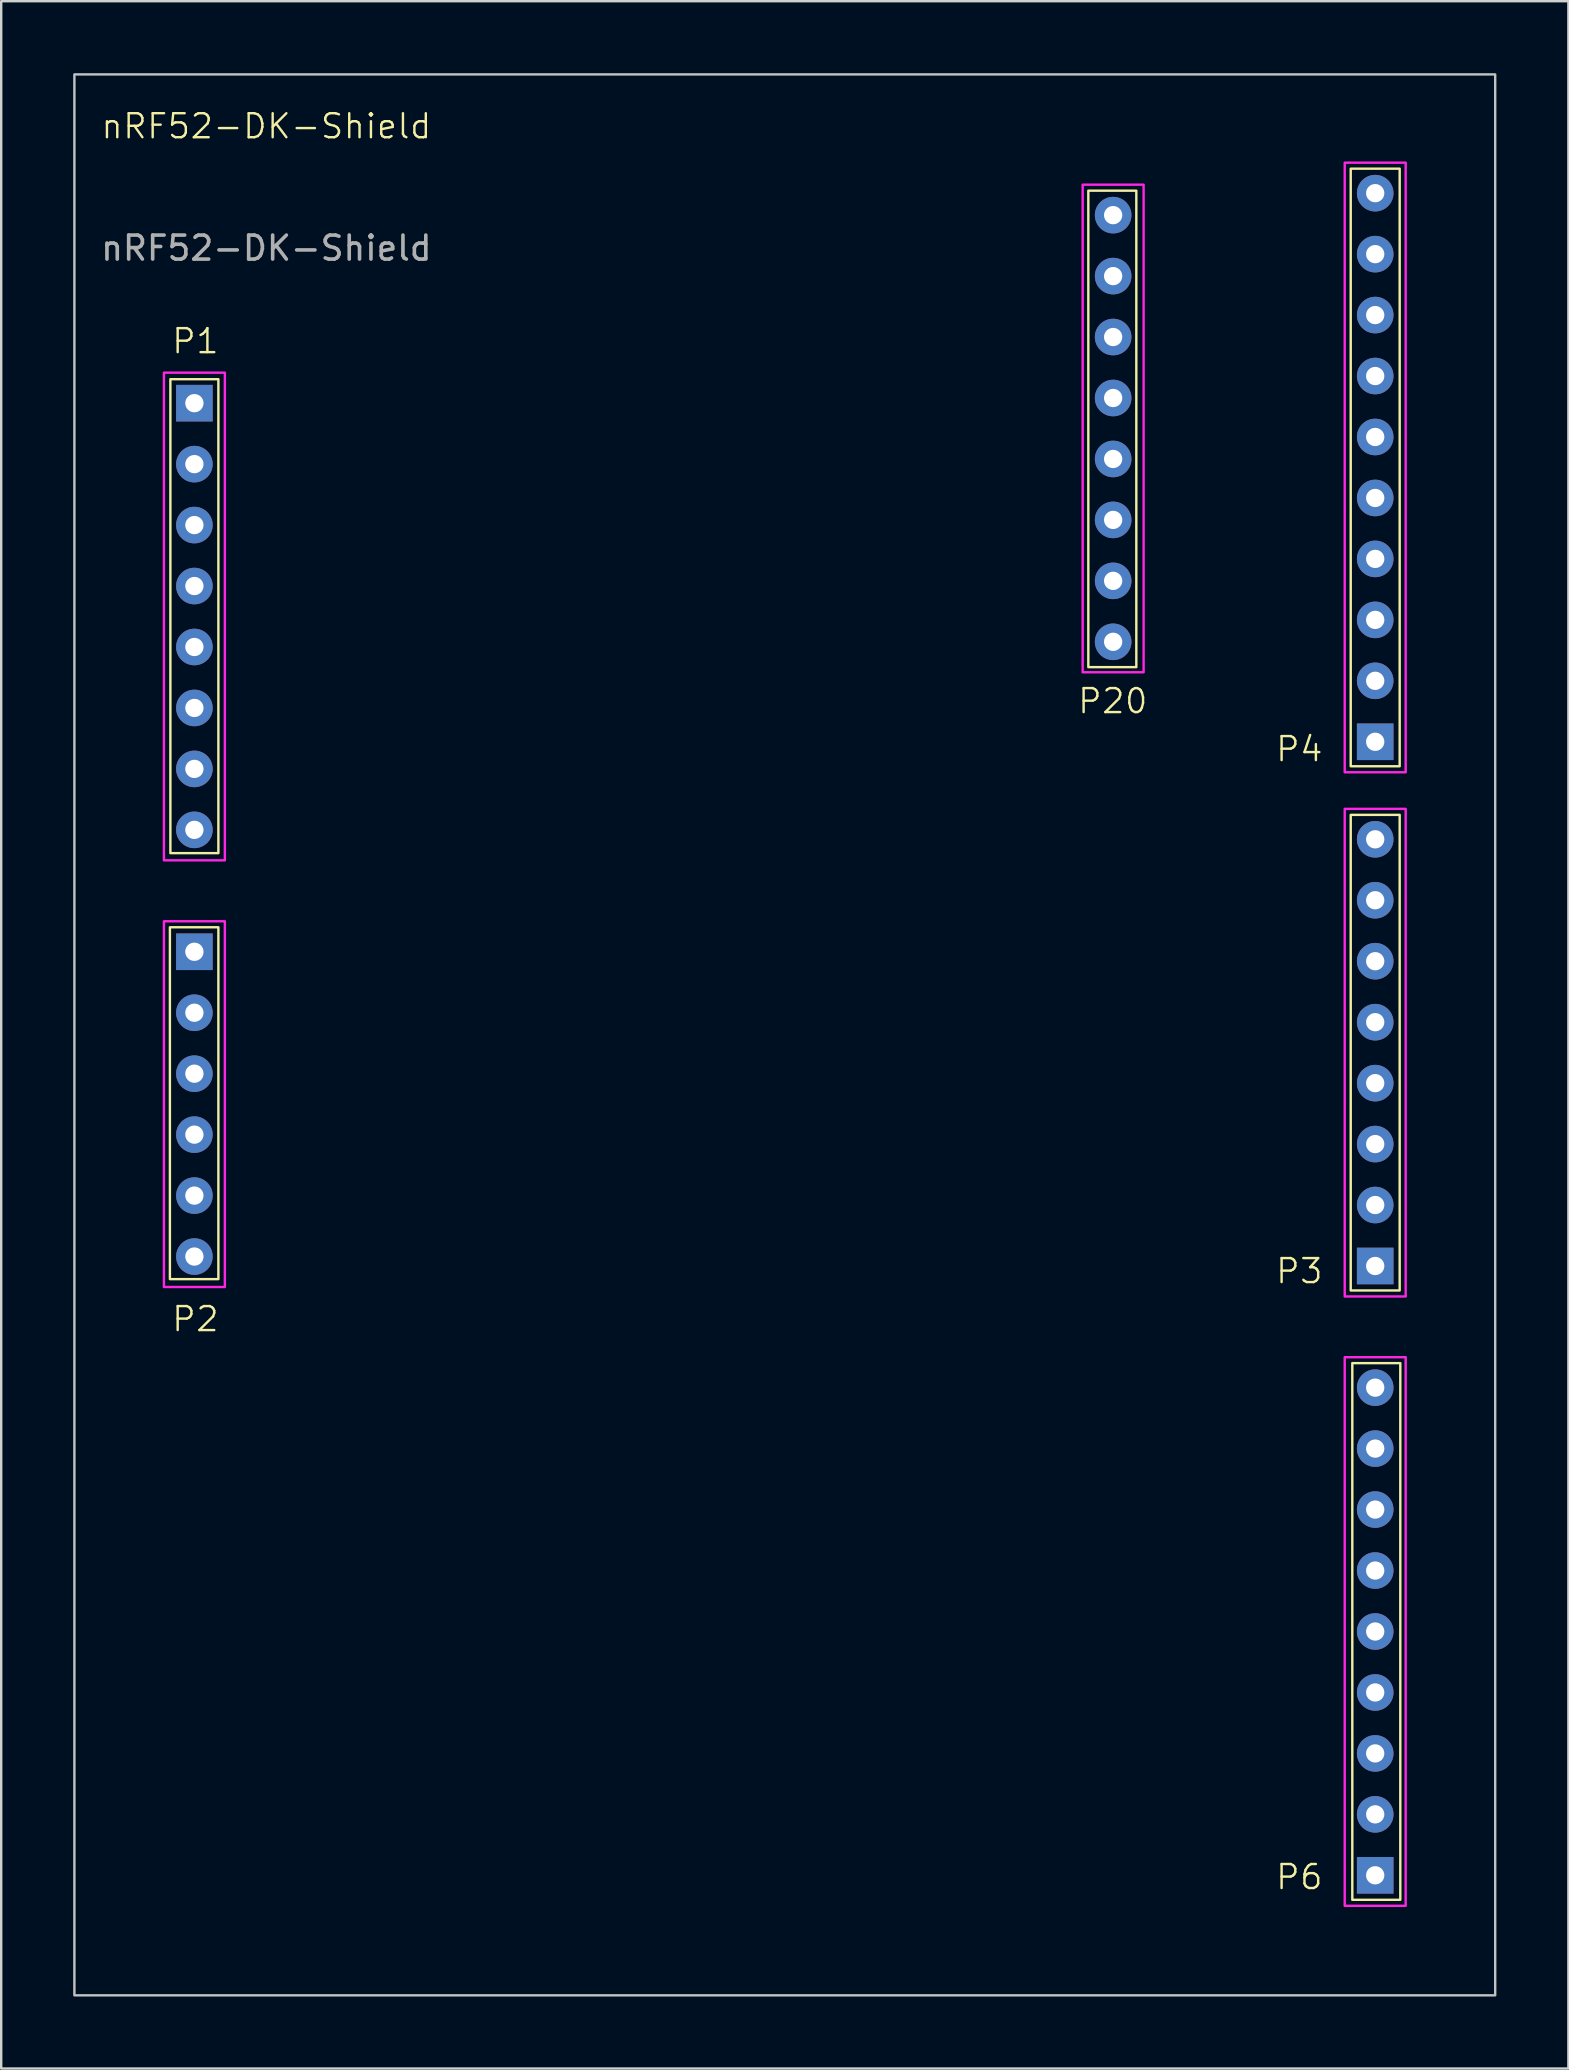
<source format=kicad_pcb>
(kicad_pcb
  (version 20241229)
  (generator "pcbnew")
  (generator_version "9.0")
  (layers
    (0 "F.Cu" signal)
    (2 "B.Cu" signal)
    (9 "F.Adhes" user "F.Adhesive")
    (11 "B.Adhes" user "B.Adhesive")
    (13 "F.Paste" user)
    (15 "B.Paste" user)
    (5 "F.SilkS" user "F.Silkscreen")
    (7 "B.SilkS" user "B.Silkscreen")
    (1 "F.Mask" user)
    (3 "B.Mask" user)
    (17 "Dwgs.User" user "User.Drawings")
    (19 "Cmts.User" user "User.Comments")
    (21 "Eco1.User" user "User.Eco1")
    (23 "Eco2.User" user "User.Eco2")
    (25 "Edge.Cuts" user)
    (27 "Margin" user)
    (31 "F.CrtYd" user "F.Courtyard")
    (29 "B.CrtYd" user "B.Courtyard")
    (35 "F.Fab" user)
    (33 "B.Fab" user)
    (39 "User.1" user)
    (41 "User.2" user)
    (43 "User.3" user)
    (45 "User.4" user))
  (footprint "nRF52-DK-Shield"
    (layer "F.Cu")
    (at 5.05 13.75)
    (property "Reference" "nRF52-DK-Shield" (at 3 -11.54 0) (unlocked yes) (layer "F.SilkS") (effects (font (size 1 1) (thickness 0.1))))
    (attr through_hole exclude_from_bom)
    (fp_rect (start -1.02 21.84) (end 1 36.5) (stroke (width 0.1) (type default)) (fill no) (layer "F.SilkS"))
    (fp_rect (start -1 -1) (end 1 18.75) (stroke (width 0.1) (type default)) (fill no) (layer "F.SilkS"))
    (fp_rect (start 37.25 -8.855) (end 39.25 11) (stroke (width 0.1) (type default)) (fill no) (layer "F.SilkS"))
    (fp_rect (start 48.184 -9.771) (end 50.224 15.13) (stroke (width 0.1) (type default)) (fill no) (layer "F.SilkS"))
    (fp_rect (start 48.184 17.154) (end 50.224 36.974) (stroke (width 0.1) (type default)) (fill no) (layer "F.SilkS"))
    (fp_rect (start 48.25 40) (end 50.25 62.364) (stroke (width 0.1) (type default)) (fill no) (layer "F.SilkS"))
    (fp_rect (start -5 -13.7) (end 54.204 66.344) (stroke (width 0.1) (type default)) (fill no) (layer "Dwgs.User"))
    (fp_rect (start -1.27 -1.27) (end 1.27 19.05) (stroke (width 0.1) (type default)) (fill no) (layer "F.CrtYd"))
    (fp_rect (start -1.27 21.59) (end 1.27 36.83) (stroke (width 0.1) (type default)) (fill no) (layer "F.CrtYd"))
    (fp_rect (start 37.014 -9.105) (end 39.554 11.214) (stroke (width 0.1) (type default)) (fill no) (layer "F.CrtYd"))
    (fp_rect (start 47.934 -10.021) (end 50.474 15.38) (stroke (width 0.1) (type default)) (fill no) (layer "F.CrtYd"))
    (fp_rect (start 47.934 16.904) (end 50.474 37.224) (stroke (width 0.1) (type default)) (fill no) (layer "F.CrtYd"))
    (fp_rect (start 47.934 39.754) (end 50.474 62.614) (stroke (width 0.1) (type default)) (fill no) (layer "F.CrtYd"))
    (fp_text user "P1" (at -1 -2 0) (unlocked yes) (layer "F.SilkS") (effects (font (size 1 1) (thickness 0.1)) (justify left bottom)))
    (fp_text user "P2" (at -1 38.75 0) (unlocked yes) (layer "F.SilkS") (effects (font (size 1 1) (thickness 0.1)) (justify left bottom)))
    (fp_text user "P20" (at 36.75 13 0) (unlocked yes) (layer "F.SilkS") (effects (font (size 1 1) (thickness 0.1)) (justify left bottom)))
    (fp_text user "P3" (at 45 36.75 0) (unlocked yes) (layer "F.SilkS") (effects (font (size 1 1) (thickness 0.1)) (justify left bottom)))
    (fp_text user "P6" (at 45 62 0) (unlocked yes) (layer "F.SilkS") (effects (font (size 1 1) (thickness 0.1)) (justify left bottom)))
    (fp_text user "P4" (at 45 15 0) (unlocked yes) (layer "F.SilkS") (effects (font (size 1 1) (thickness 0.1)) (justify left bottom)))
    (fp_text user "${REFERENCE}" (at 3 -6.46 0) (unlocked yes) (layer "F.Fab") (effects (font (size 1 1) (thickness 0.15))))
    (pad "5V" thru_hole circle (at 0 10.16) (size 1.524 1.524) (drill 0.762) (layers "*.Cu" "*.Mask"))
    (pad "GND_1" thru_hole circle (at 0 12.7) (size 1.524 1.524) (drill 0.762) (layers "*.Cu" "*.Mask"))
    (pad "GND_2" thru_hole circle (at 0 15.24) (size 1.524 1.524) (drill 0.762) (layers "*.Cu" "*.Mask"))
    (pad "GND_3" thru_hole circle (at 49.204 -1.131) (size 1.524 1.524) (drill 0.762) (layers "*.Cu" "*.Mask"))
    (pad "GND_DETECT" thru_hole circle (at 38.284 9.944) (size 1.524 1.524) (drill 0.762) (layers "*.Cu" "*.Mask"))
    (pad "N.C." thru_hole circle (at 0 17.78) (size 1.524 1.524) (drill 0.762) (layers "*.Cu" "*.Mask"))
    (pad "P0.00" thru_hole rect (at 49.204 61.343) (size 1.524 1.524) (drill 0.762) (layers "*.Cu" "*.Mask"))
    (pad "P0.01" thru_hole circle (at 49.204 58.803) (size 1.524 1.524) (drill 0.762) (layers "*.Cu" "*.Mask"))
    (pad "P0.02" thru_hole circle (at 49.204 -3.671) (size 1.524 1.524) (drill 0.762) (layers "*.Cu" "*.Mask"))
    (pad "P0.03" thru_hole rect (at 0 22.86) (size 1.524 1.524) (drill 0.762) (layers "*.Cu" "*.Mask"))
    (pad "P0.04" thru_hole circle (at 0 25.4) (size 1.524 1.524) (drill 0.762) (layers "*.Cu" "*.Mask"))
    (pad "P0.05" thru_hole circle (at 49.204 53.724) (size 1.524 1.524) (drill 0.762) (layers "*.Cu" "*.Mask"))
    (pad "P0.06" thru_hole circle (at 49.204 51.184) (size 1.524 1.524) (drill 0.762) (layers "*.Cu" "*.Mask"))
    (pad "P0.07" thru_hole circle (at 49.204 48.644) (size 1.524 1.524) (drill 0.762) (layers "*.Cu" "*.Mask"))
    (pad "P0.08" thru_hole circle (at 49.204 46.103) (size 1.524 1.524) (drill 0.762) (layers "*.Cu" "*.Mask"))
    (pad "P0.09" thru_hole circle (at 49.204 43.563) (size 1.524 1.524) (drill 0.762) (layers "*.Cu" "*.Mask"))
    (pad "P0.10" thru_hole circle (at 49.204 41.023) (size 1.524 1.524) (drill 0.762) (layers "*.Cu" "*.Mask"))
    (pad "P0.11" thru_hole rect (at 49.204 35.953) (size 1.524 1.524) (drill 0.762) (layers "*.Cu" "*.Mask"))
    (pad "P0.12" thru_hole circle (at 49.204 33.413) (size 1.524 1.524) (drill 0.762) (layers "*.Cu" "*.Mask"))
    (pad "P0.13" thru_hole circle (at 49.204 30.873) (size 1.524 1.524) (drill 0.762) (layers "*.Cu" "*.Mask"))
    (pad "P0.14" thru_hole circle (at 49.204 28.334) (size 1.524 1.524) (drill 0.762) (layers "*.Cu" "*.Mask"))
    (pad "P0.15" thru_hole circle (at 49.204 25.794) (size 1.524 1.524) (drill 0.762) (layers "*.Cu" "*.Mask"))
    (pad "P0.16" thru_hole circle (at 49.204 23.253) (size 1.524 1.524) (drill 0.762) (layers "*.Cu" "*.Mask"))
    (pad "P0.17" thru_hole circle (at 49.204 20.713) (size 1.524 1.524) (drill 0.762) (layers "*.Cu" "*.Mask"))
    (pad "P0.18" thru_hole circle (at 49.204 18.174) (size 1.524 1.524) (drill 0.762) (layers "*.Cu" "*.Mask"))
    (pad "P0.19" thru_hole rect (at 49.204 14.11) (size 1.524 1.524) (drill 0.762) (layers "*.Cu" "*.Mask"))
    (pad "P0.20" thru_hole circle (at 49.204 11.569) (size 1.524 1.524) (drill 0.762) (layers "*.Cu" "*.Mask"))
    (pad "P0.21" thru_hole circle (at 49.204 56.264) (size 1.524 1.524) (drill 0.762) (layers "*.Cu" "*.Mask"))
    (pad "P0.22" thru_hole circle (at 49.204 9.03) (size 1.524 1.524) (drill 0.762) (layers "*.Cu" "*.Mask"))
    (pad "P0.23" thru_hole circle (at 49.204 6.489) (size 1.524 1.524) (drill 0.762) (layers "*.Cu" "*.Mask"))
    (pad "P0.24" thru_hole circle (at 49.204 3.95) (size 1.524 1.524) (drill 0.762) (layers "*.Cu" "*.Mask"))
    (pad "P0.25" thru_hole circle (at 49.204 1.409) (size 1.524 1.524) (drill 0.762) (layers "*.Cu" "*.Mask"))
    (pad "P0.26" thru_hole circle (at 49.204 -6.21) (size 1.524 1.524) (drill 0.762) (layers "*.Cu" "*.Mask"))
    (pad "P0.27" thru_hole circle (at 49.204 -8.751) (size 1.524 1.524) (drill 0.762) (layers "*.Cu" "*.Mask"))
    (pad "P0.28" thru_hole circle (at 0 27.94) (size 1.524 1.524) (drill 0.762) (layers "*.Cu" "*.Mask"))
    (pad "P0.29" thru_hole circle (at 0 30.48) (size 1.524 1.524) (drill 0.762) (layers "*.Cu" "*.Mask"))
    (pad "P0.30" thru_hole circle (at 0 33.02) (size 1.524 1.524) (drill 0.762) (layers "*.Cu" "*.Mask"))
    (pad "P0.31" thru_hole circle (at 0 35.56) (size 1.524 1.524) (drill 0.762) (layers "*.Cu" "*.Mask"))
    (pad "RESET_1" thru_hole circle (at 0 5.08) (size 1.524 1.524) (drill 0.762) (layers "*.Cu" "*.Mask"))
    (pad "RESET_2" thru_hole circle (at 38.284 7.404) (size 1.524 1.524) (drill 0.762) (layers "*.Cu" "*.Mask"))
    (pad "SWDCLK" thru_hole circle (at 38.284 2.325) (size 1.524 1.524) (drill 0.762) (layers "*.Cu" "*.Mask"))
    (pad "SWDIO" thru_hole circle (at 38.284 -0.215) (size 1.524 1.524) (drill 0.762) (layers "*.Cu" "*.Mask"))
    (pad "SWO" thru_hole circle (at 38.284 4.864) (size 1.524 1.524) (drill 0.762) (layers "*.Cu" "*.Mask"))
    (pad "VDD_1" thru_hole rect (at 0 0) (size 1.524 1.524) (drill 0.762) (layers "*.Cu" "*.Mask"))
    (pad "VDD_2" thru_hole circle (at 0 2.54) (size 1.524 1.524) (drill 0.762) (layers "*.Cu" "*.Mask"))
    (pad "VDD_3" thru_hole circle (at 0 7.62) (size 1.524 1.524) (drill 0.762) (layers "*.Cu" "*.Mask"))
    (pad "VDD_4" thru_hole circle (at 38.284 -5.295) (size 1.524 1.524) (drill 0.762) (layers "*.Cu" "*.Mask"))
    (pad "VDD_nRF" thru_hole circle (at 38.284 -7.835) (size 1.524 1.524) (drill 0.762) (layers "*.Cu" "*.Mask"))
    (pad "VTG" thru_hole circle (at 38.284 -2.756) (size 1.524 1.524) (drill 0.762) (layers "*.Cu" "*.Mask")))
  (gr_rect
    (start -3 -3)
    (end 62.304 83.144)
    (stroke (width 0.1) (type default))
    (fill no)
    (layer "Edge.Cuts")))
</source>
